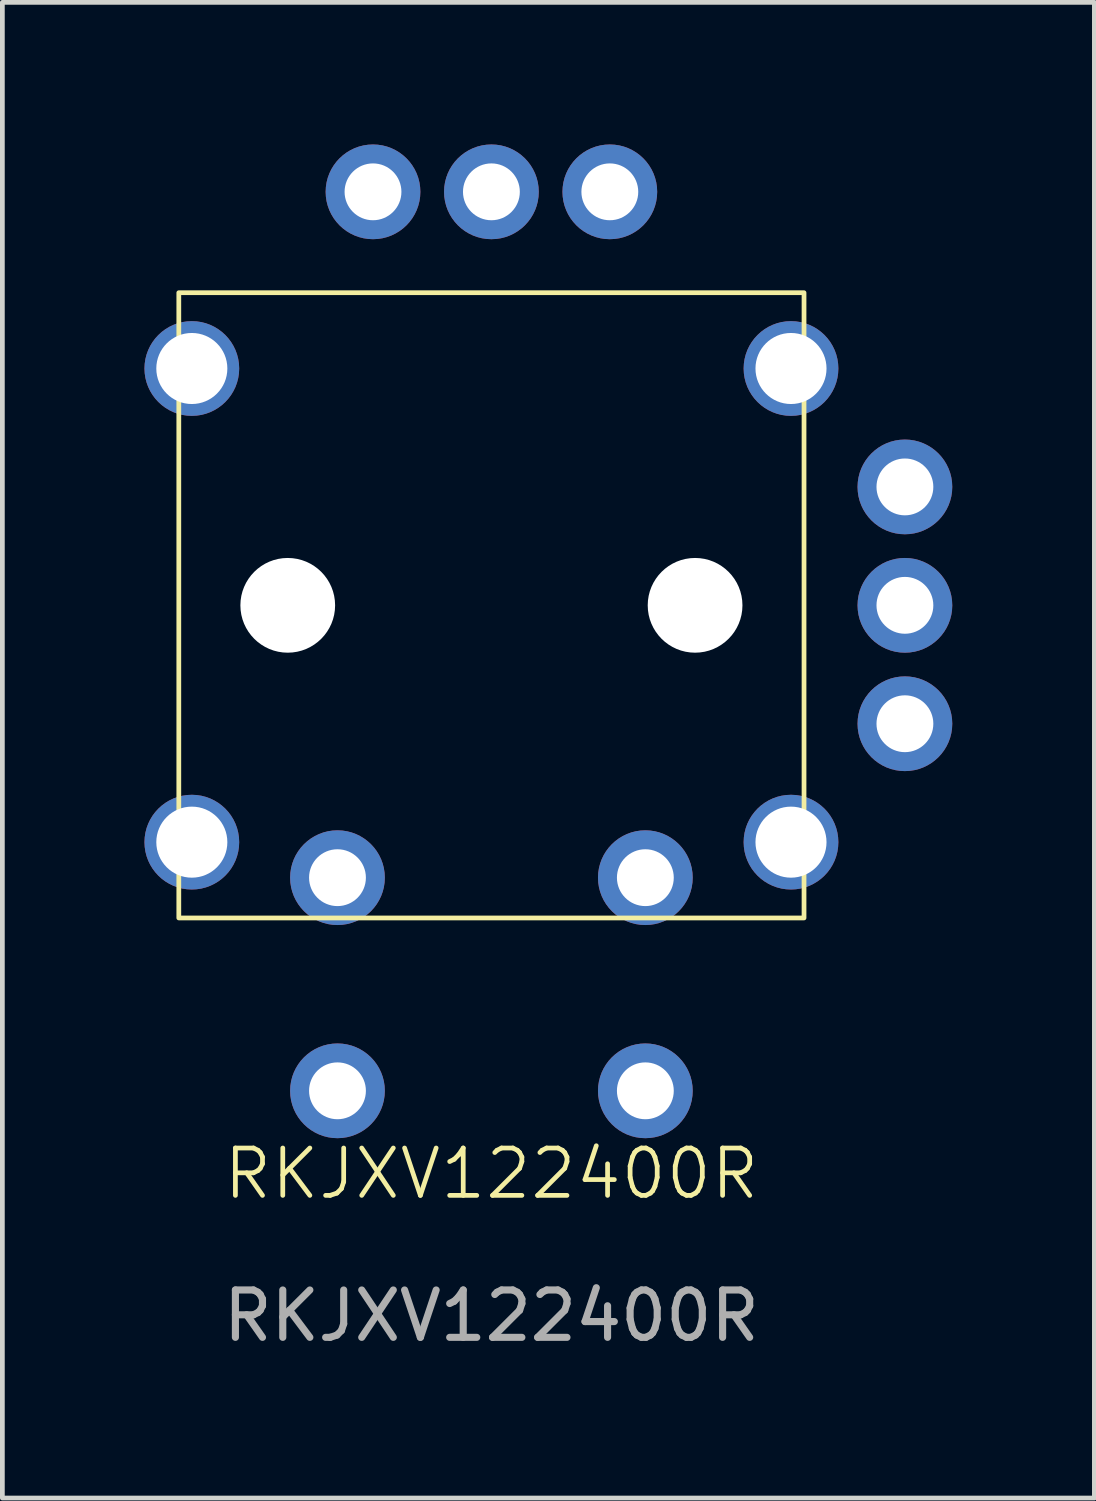
<source format=kicad_pcb>
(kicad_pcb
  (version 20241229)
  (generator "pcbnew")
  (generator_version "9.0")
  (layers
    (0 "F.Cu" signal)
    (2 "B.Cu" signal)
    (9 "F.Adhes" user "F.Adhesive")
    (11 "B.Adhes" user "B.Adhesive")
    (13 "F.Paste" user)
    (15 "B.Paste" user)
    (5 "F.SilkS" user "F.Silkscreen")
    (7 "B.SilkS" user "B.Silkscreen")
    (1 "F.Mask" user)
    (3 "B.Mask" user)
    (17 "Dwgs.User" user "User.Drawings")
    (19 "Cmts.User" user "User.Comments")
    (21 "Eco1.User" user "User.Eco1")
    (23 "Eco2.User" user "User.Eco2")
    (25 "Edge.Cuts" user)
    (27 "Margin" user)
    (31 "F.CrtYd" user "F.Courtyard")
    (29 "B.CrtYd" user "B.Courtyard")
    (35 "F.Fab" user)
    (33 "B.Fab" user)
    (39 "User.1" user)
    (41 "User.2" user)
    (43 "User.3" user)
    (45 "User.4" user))
  (footprint "RKJXV122400R"
    (layer "F.Cu")
    (at 7.325 9.73)
    (property "Reference" "RKJXV122400R" (at 0 12 0) (unlocked yes) (layer "F.SilkS") (effects (font (size 1 1) (thickness 0.1))))
    (attr through_hole)
    (fp_rect (start -6.6 -6.6) (end 6.6 6.6) (stroke (width 0.1) (type default)) (fill no) (layer "F.SilkS"))
    (fp_text user "${REFERENCE}" (at 0 15 0) (unlocked yes) (layer "F.Fab") (effects (font (size 1 1) (thickness 0.15))))
    (pad "" np_thru_hole circle (at -4.3 0) (size 2 2) (drill 2) (layers "*.Cu" "*.Mask"))
    (pad "" np_thru_hole circle (at 4.3 0) (size 2 2) (drill 2) (layers "*.Cu" "*.Mask"))
    (pad "1" thru_hole circle (at 2.5 -8.73) (size 2 2) (drill 1.2) (layers "*.Cu" "*.Mask"))
    (pad "2" thru_hole circle (at 0 -8.73) (size 2 2) (drill 1.2) (layers "*.Cu" "*.Mask"))
    (pad "3" thru_hole circle (at -2.5 -8.73) (size 2 2) (drill 1.2) (layers "*.Cu" "*.Mask"))
    (pad "4" thru_hole circle (at 8.73 2.5) (size 2 2) (drill 1.2) (layers "*.Cu" "*.Mask"))
    (pad "5" thru_hole circle (at 8.73 0) (size 2 2) (drill 1.2) (layers "*.Cu" "*.Mask"))
    (pad "6" thru_hole circle (at 8.73 -2.5) (size 2 2) (drill 1.2) (layers "*.Cu" "*.Mask"))
    (pad "a" thru_hole circle (at -3.25 5.75) (size 2 2) (drill 1.2) (layers "*.Cu" "*.Mask"))
    (pad "b" thru_hole circle (at -3.25 10.25) (size 2 2) (drill 1.2) (layers "*.Cu" "*.Mask"))
    (pad "c" thru_hole circle (at 3.25 5.75) (size 2 2) (drill 1.2) (layers "*.Cu" "*.Mask"))
    (pad "d" thru_hole circle (at 3.25 10.25) (size 2 2) (drill 1.2) (layers "*.Cu" "*.Mask"))
    (pad "x" thru_hole circle (at -6.325 -5) (size 2 2) (drill 1.5) (layers "*.Cu" "*.Mask"))
    (pad "x" thru_hole circle (at -6.325 5) (size 2 2) (drill 1.5) (layers "*.Cu" "*.Mask"))
    (pad "x" thru_hole circle (at 6.325 -5) (size 2 2) (drill 1.5) (layers "*.Cu" "*.Mask"))
    (pad "x" thru_hole circle (at 6.325 5) (size 2 2) (drill 1.5) (layers "*.Cu" "*.Mask")))
  (gr_rect
    (start -3 -3)
    (end 20.055 28.578)
    (stroke (width 0.1) (type default))
    (fill no)
    (layer "Edge.Cuts")))
</source>
